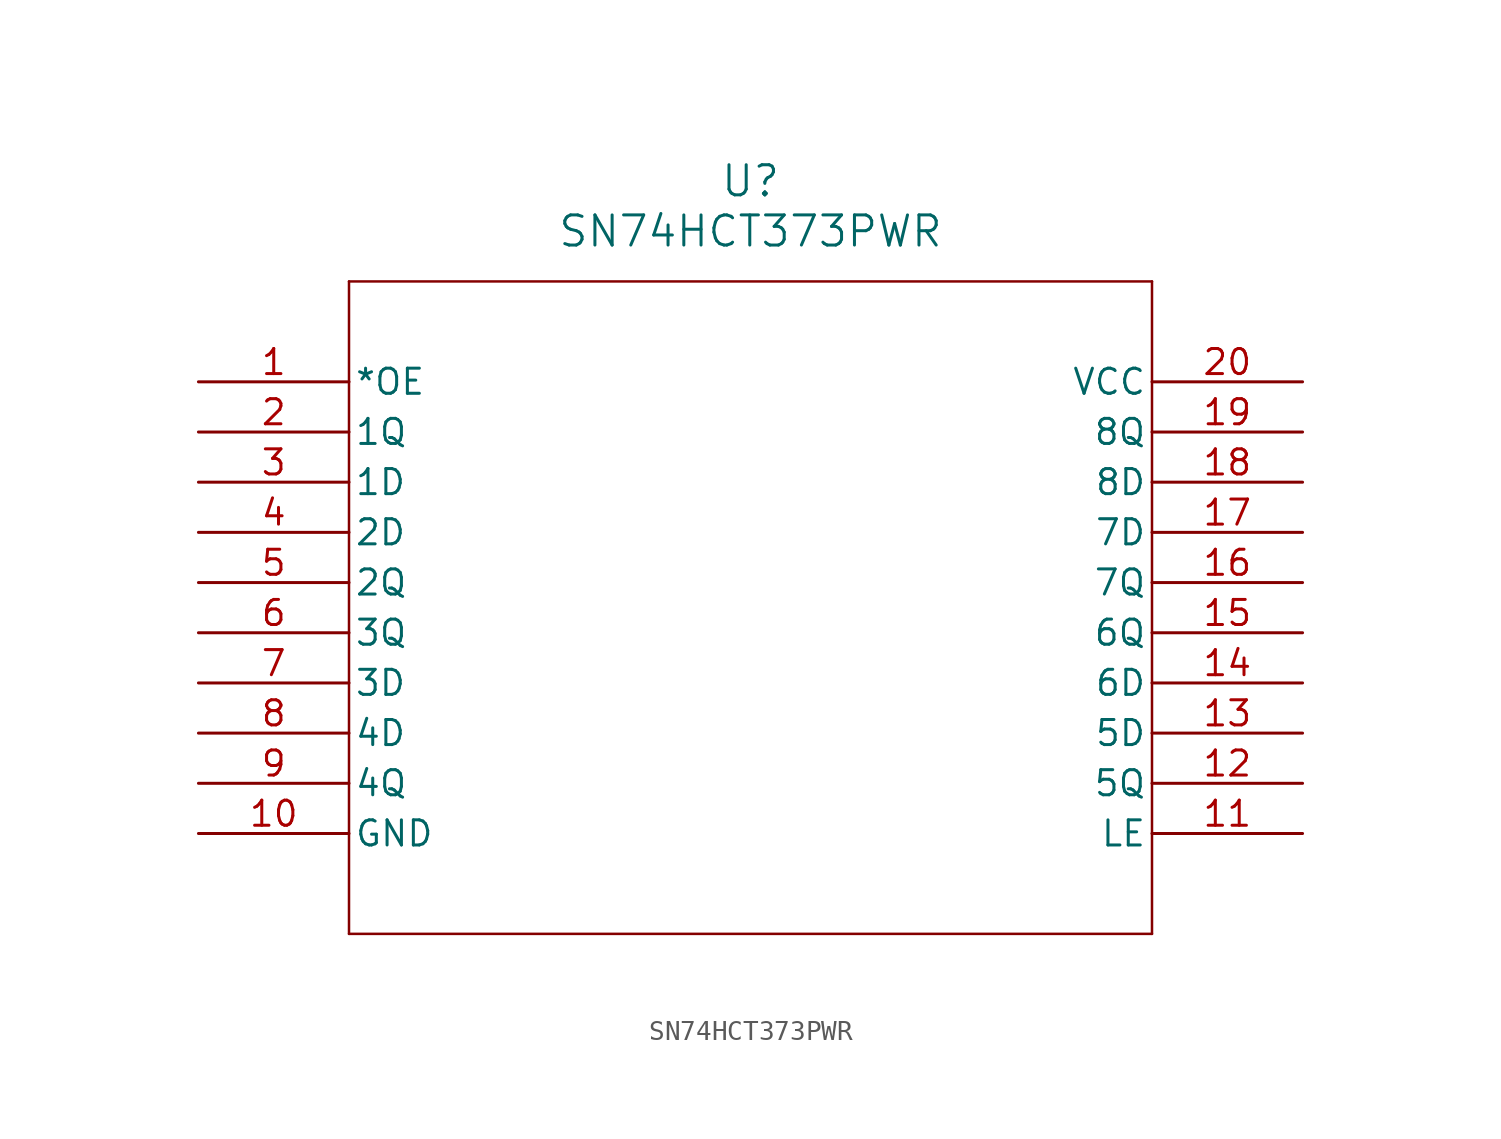
<source format=kicad_sym>
(kicad_symbol_lib
  (version 20211014)
  (generator kicad_symbol_editor)
  (symbol "SN74HCT373PWR"
    (pin_names
      (offset 0.254))
    (property "Reference" "U"
      (at 27.94 10.16 0)
      (effects (font (size 1.524 1.524))))
    (property "Value" "SN74HCT373PWR"
      (at 27.94 7.62 0)
      (effects (font (size 1.524 1.524))))
    (symbol "SN74HCT373PWR_0_1"
      (polyline (pts (xy 7.62 5.08) (xy 7.62 -27.94)) (stroke (width 0.127) (type default) (color 0 0 0 0)) (fill (type none)))
      (polyline (pts (xy 7.62 -27.94) (xy 48.26 -27.94)) (stroke (width 0.127) (type default) (color 0 0 0 0)) (fill (type none)))
      (polyline (pts (xy 48.26 -27.94) (xy 48.26 5.08)) (stroke (width 0.127) (type default) (color 0 0 0 0)) (fill (type none)))
      (polyline (pts (xy 48.26 5.08) (xy 7.62 5.08)) (stroke (width 0.127) (type default) (color 0 0 0 0)) (fill (type none)))
      (pin input line (at 0 0 0) (length 7.62) (name "*OE" (effects (font (size 1.27 1.27)))) (number "1" (effects (font (size 1.27 1.27)))))
      (pin output line (at 0 -2.54 0) (length 7.62) (name "1Q" (effects (font (size 1.27 1.27)))) (number "2" (effects (font (size 1.27 1.27)))))
      (pin input line (at 0 -5.08 0) (length 7.62) (name "1D" (effects (font (size 1.27 1.27)))) (number "3" (effects (font (size 1.27 1.27)))))
      (pin input line (at 0 -7.62 0) (length 7.62) (name "2D" (effects (font (size 1.27 1.27)))) (number "4" (effects (font (size 1.27 1.27)))))
      (pin output line (at 0 -10.16 0) (length 7.62) (name "2Q" (effects (font (size 1.27 1.27)))) (number "5" (effects (font (size 1.27 1.27)))))
      (pin output line (at 0 -12.7 0) (length 7.62) (name "3Q" (effects (font (size 1.27 1.27)))) (number "6" (effects (font (size 1.27 1.27)))))
      (pin input line (at 0 -15.24 0) (length 7.62) (name "3D" (effects (font (size 1.27 1.27)))) (number "7" (effects (font (size 1.27 1.27)))))
      (pin input line (at 0 -17.78 0) (length 7.62) (name "4D" (effects (font (size 1.27 1.27)))) (number "8" (effects (font (size 1.27 1.27)))))
      (pin output line (at 0 -20.32 0) (length 7.62) (name "4Q" (effects (font (size 1.27 1.27)))) (number "9" (effects (font (size 1.27 1.27)))))
      (pin power_in line (at 0 -22.86 0) (length 7.62) (name "GND" (effects (font (size 1.27 1.27)))) (number "10" (effects (font (size 1.27 1.27)))))
      (pin input line (at 55.88 -22.86 180) (length 7.62) (name "LE" (effects (font (size 1.27 1.27)))) (number "11" (effects (font (size 1.27 1.27)))))
      (pin output line (at 55.88 -20.32 180) (length 7.62) (name "5Q" (effects (font (size 1.27 1.27)))) (number "12" (effects (font (size 1.27 1.27)))))
      (pin input line (at 55.88 -17.78 180) (length 7.62) (name "5D" (effects (font (size 1.27 1.27)))) (number "13" (effects (font (size 1.27 1.27)))))
      (pin input line (at 55.88 -15.24 180) (length 7.62) (name "6D" (effects (font (size 1.27 1.27)))) (number "14" (effects (font (size 1.27 1.27)))))
      (pin output line (at 55.88 -12.7 180) (length 7.62) (name "6Q" (effects (font (size 1.27 1.27)))) (number "15" (effects (font (size 1.27 1.27)))))
      (pin output line (at 55.88 -10.16 180) (length 7.62) (name "7Q" (effects (font (size 1.27 1.27)))) (number "16" (effects (font (size 1.27 1.27)))))
      (pin input line (at 55.88 -7.62 180) (length 7.62) (name "7D" (effects (font (size 1.27 1.27)))) (number "17" (effects (font (size 1.27 1.27)))))
      (pin input line (at 55.88 -5.08 180) (length 7.62) (name "8D" (effects (font (size 1.27 1.27)))) (number "18" (effects (font (size 1.27 1.27)))))
      (pin output line (at 55.88 -2.54 180) (length 7.62) (name "8Q" (effects (font (size 1.27 1.27)))) (number "19" (effects (font (size 1.27 1.27)))))
      (pin power_in line (at 55.88 0 180) (length 7.62) (name "VCC" (effects (font (size 1.27 1.27)))) (number "20" (effects (font (size 1.27 1.27))))))))
</source>
